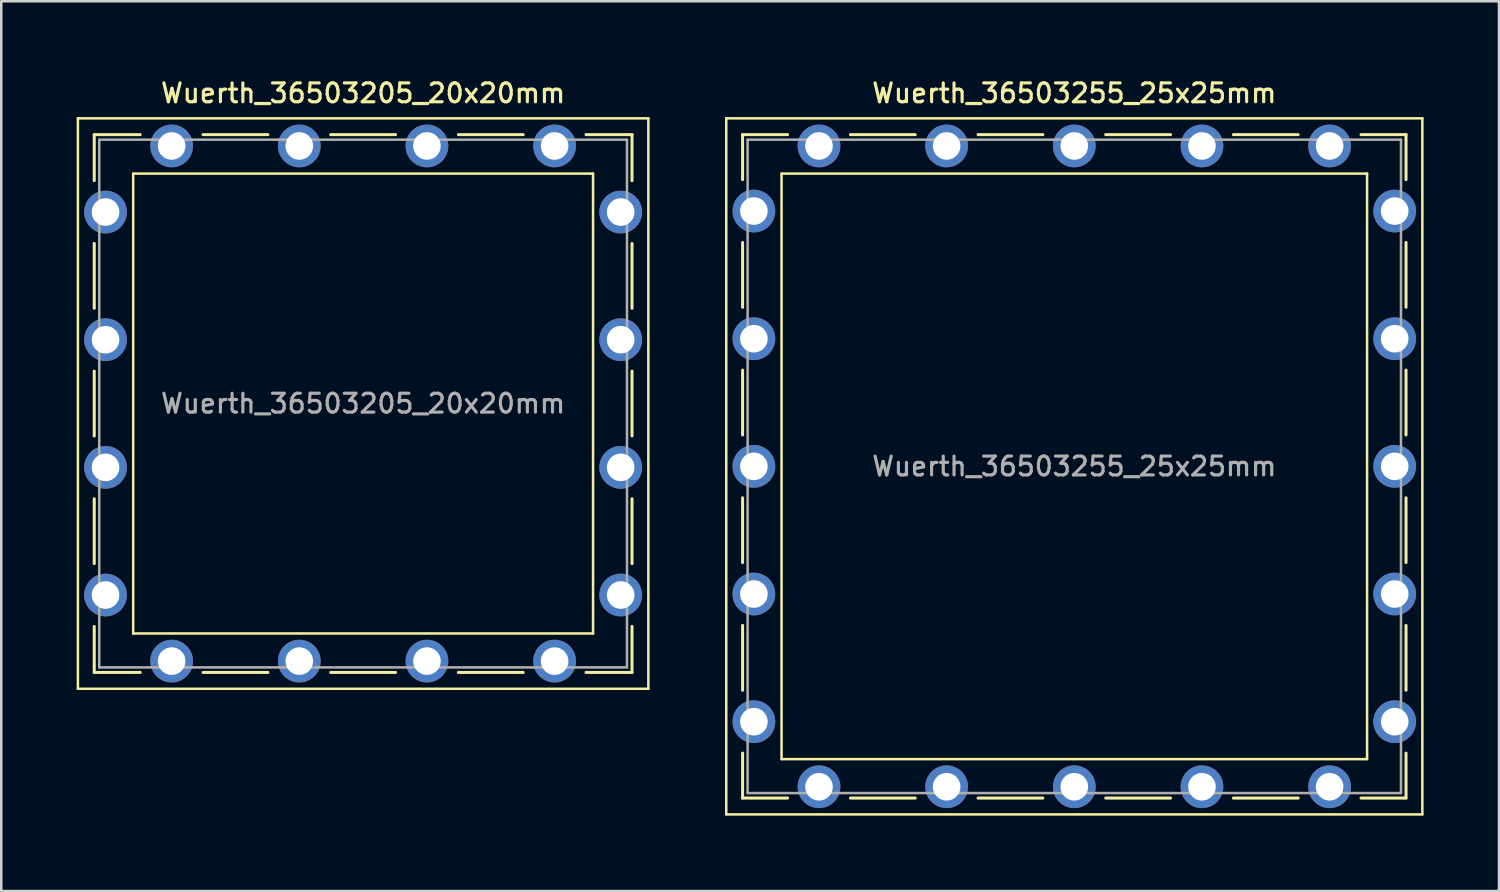
<source format=kicad_pcb>
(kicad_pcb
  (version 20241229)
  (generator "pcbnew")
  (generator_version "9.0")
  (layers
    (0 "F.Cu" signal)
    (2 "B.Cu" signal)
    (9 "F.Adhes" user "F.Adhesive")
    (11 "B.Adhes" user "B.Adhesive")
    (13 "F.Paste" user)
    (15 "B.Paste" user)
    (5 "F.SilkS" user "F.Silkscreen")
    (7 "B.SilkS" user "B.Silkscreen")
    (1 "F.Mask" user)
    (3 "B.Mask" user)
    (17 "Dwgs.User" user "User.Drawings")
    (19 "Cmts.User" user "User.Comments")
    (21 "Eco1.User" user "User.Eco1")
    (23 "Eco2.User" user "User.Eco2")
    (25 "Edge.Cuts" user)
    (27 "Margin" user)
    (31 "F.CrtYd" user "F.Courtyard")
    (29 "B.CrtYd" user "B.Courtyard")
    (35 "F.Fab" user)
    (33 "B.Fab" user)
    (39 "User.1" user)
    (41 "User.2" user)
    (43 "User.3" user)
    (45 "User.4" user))
  (footprint "Wuerth_36503255_25x25mm"
    (layer "F.Cu")
    (at 39.7 15.508)
    (property "Reference" "Wuerth_36503255_25x25mm" (at 0 -14.85 0) (layer "F.SilkS") (effects (font (size 0.75 0.75) (thickness 0.125))))
    (attr through_hole)
    (fp_line (start -13.85 -13.85) (end -13.85 13.85) (stroke (width 0.1) (type solid)) (layer "F.SilkS"))
    (fp_line (start -13.85 13.85) (end 13.85 13.85) (stroke (width 0.1) (type solid)) (layer "F.SilkS"))
    (fp_line (start -13.2 -13.2) (end -11.41 -13.2) (stroke (width 0.12) (type solid)) (layer "F.SilkS"))
    (fp_line (start -13.2 -11.41) (end -13.2 -13.2) (stroke (width 0.12) (type solid)) (layer "F.SilkS"))
    (fp_line (start -13.2 -6.33) (end -13.2 -8.91) (stroke (width 0.12) (type solid)) (layer "F.SilkS"))
    (fp_line (start -13.2 -1.25) (end -13.2 -3.83) (stroke (width 0.12) (type solid)) (layer "F.SilkS"))
    (fp_line (start -13.2 1.25) (end -13.2 3.83) (stroke (width 0.12) (type solid)) (layer "F.SilkS"))
    (fp_line (start -13.2 6.33) (end -13.2 8.91) (stroke (width 0.12) (type solid)) (layer "F.SilkS"))
    (fp_line (start -13.2 11.41) (end -13.2 13.2) (stroke (width 0.12) (type solid)) (layer "F.SilkS"))
    (fp_line (start -13.2 13.2) (end -11.41 13.2) (stroke (width 0.12) (type solid)) (layer "F.SilkS"))
    (fp_line (start -11.65 -11.65) (end -11.65 11.65) (stroke (width 0.1) (type solid)) (layer "F.SilkS"))
    (fp_line (start -11.65 11.65) (end 11.65 11.65) (stroke (width 0.1) (type solid)) (layer "F.SilkS"))
    (fp_line (start -6.33 -13.2) (end -8.91 -13.2) (stroke (width 0.12) (type solid)) (layer "F.SilkS"))
    (fp_line (start -6.33 13.2) (end -8.91 13.2) (stroke (width 0.12) (type solid)) (layer "F.SilkS"))
    (fp_line (start -1.25 -13.2) (end -3.83 -13.2) (stroke (width 0.12) (type solid)) (layer "F.SilkS"))
    (fp_line (start -1.25 13.2) (end -3.83 13.2) (stroke (width 0.12) (type solid)) (layer "F.SilkS"))
    (fp_line (start 1.25 -13.2) (end 3.83 -13.2) (stroke (width 0.12) (type solid)) (layer "F.SilkS"))
    (fp_line (start 1.25 13.2) (end 3.83 13.2) (stroke (width 0.12) (type solid)) (layer "F.SilkS"))
    (fp_line (start 6.33 -13.2) (end 8.91 -13.2) (stroke (width 0.12) (type solid)) (layer "F.SilkS"))
    (fp_line (start 6.33 13.2) (end 8.91 13.2) (stroke (width 0.12) (type solid)) (layer "F.SilkS"))
    (fp_line (start 11.65 -11.65) (end -11.65 -11.65) (stroke (width 0.1) (type solid)) (layer "F.SilkS"))
    (fp_line (start 11.65 11.65) (end 11.65 -11.65) (stroke (width 0.1) (type solid)) (layer "F.SilkS"))
    (fp_line (start 13.2 -13.2) (end 11.41 -13.2) (stroke (width 0.12) (type solid)) (layer "F.SilkS"))
    (fp_line (start 13.2 -11.41) (end 13.2 -13.2) (stroke (width 0.12) (type solid)) (layer "F.SilkS"))
    (fp_line (start 13.2 -6.33) (end 13.2 -8.91) (stroke (width 0.12) (type solid)) (layer "F.SilkS"))
    (fp_line (start 13.2 -1.25) (end 13.2 -3.83) (stroke (width 0.12) (type solid)) (layer "F.SilkS"))
    (fp_line (start 13.2 1.25) (end 13.2 3.83) (stroke (width 0.12) (type solid)) (layer "F.SilkS"))
    (fp_line (start 13.2 6.33) (end 13.2 8.91) (stroke (width 0.12) (type solid)) (layer "F.SilkS"))
    (fp_line (start 13.2 11.41) (end 13.2 13.2) (stroke (width 0.12) (type solid)) (layer "F.SilkS"))
    (fp_line (start 13.2 13.2) (end 11.41 13.2) (stroke (width 0.12) (type solid)) (layer "F.SilkS"))
    (fp_line (start 13.85 -13.85) (end -13.85 -13.85) (stroke (width 0.1) (type solid)) (layer "F.SilkS"))
    (fp_line (start 13.85 13.85) (end 13.85 -13.85) (stroke (width 0.1) (type solid)) (layer "F.SilkS"))
    (fp_line (start -13 -13) (end -13 13) (stroke (width 0.1) (type solid)) (layer "F.Fab"))
    (fp_line (start -13 13) (end 13 13) (stroke (width 0.1) (type solid)) (layer "F.Fab"))
    (fp_line (start 13 -13) (end -13 -13) (stroke (width 0.1) (type solid)) (layer "F.Fab"))
    (fp_line (start 13 13) (end 13 -13) (stroke (width 0.1) (type solid)) (layer "F.Fab"))
    (fp_text user "${REFERENCE}" (at 0 0 0) (layer "F.Fab") (effects (font (size 0.75 0.75) (thickness 0.125))))
    (pad "1" thru_hole circle (at -12.75 -10.16) (size 1.7 1.7) (drill 1.1) (layers "*.Cu" "*.Mask"))
    (pad "1" thru_hole circle (at -12.75 -5.08) (size 1.7 1.7) (drill 1.1) (layers "*.Cu" "*.Mask"))
    (pad "1" thru_hole circle (at -12.75 0) (size 1.7 1.7) (drill 1.1) (layers "*.Cu" "*.Mask"))
    (pad "1" thru_hole circle (at -12.75 5.08) (size 1.7 1.7) (drill 1.1) (layers "*.Cu" "*.Mask"))
    (pad "1" thru_hole circle (at -12.75 10.16) (size 1.7 1.7) (drill 1.1) (layers "*.Cu" "*.Mask"))
    (pad "1" thru_hole circle (at -10.16 -12.75) (size 1.7 1.7) (drill 1.1) (layers "*.Cu" "*.Mask"))
    (pad "1" thru_hole circle (at -10.16 12.75) (size 1.7 1.7) (drill 1.1) (layers "*.Cu" "*.Mask"))
    (pad "1" thru_hole circle (at -5.08 -12.75) (size 1.7 1.7) (drill 1.1) (layers "*.Cu" "*.Mask"))
    (pad "1" thru_hole circle (at -5.08 12.75) (size 1.7 1.7) (drill 1.1) (layers "*.Cu" "*.Mask"))
    (pad "1" thru_hole circle (at 0 -12.75) (size 1.7 1.7) (drill 1.1) (layers "*.Cu" "*.Mask"))
    (pad "1" thru_hole circle (at 0 12.75) (size 1.7 1.7) (drill 1.1) (layers "*.Cu" "*.Mask"))
    (pad "1" thru_hole circle (at 5.08 -12.75) (size 1.7 1.7) (drill 1.1) (layers "*.Cu" "*.Mask"))
    (pad "1" thru_hole circle (at 5.08 12.75) (size 1.7 1.7) (drill 1.1) (layers "*.Cu" "*.Mask"))
    (pad "1" thru_hole circle (at 10.16 -12.75) (size 1.7 1.7) (drill 1.1) (layers "*.Cu" "*.Mask"))
    (pad "1" thru_hole circle (at 10.16 12.75) (size 1.7 1.7) (drill 1.1) (layers "*.Cu" "*.Mask"))
    (pad "1" thru_hole circle (at 12.75 -10.16) (size 1.7 1.7) (drill 1.1) (layers "*.Cu" "*.Mask"))
    (pad "1" thru_hole circle (at 12.75 -5.08) (size 1.7 1.7) (drill 1.1) (layers "*.Cu" "*.Mask"))
    (pad "1" thru_hole circle (at 12.75 0) (size 1.7 1.7) (drill 1.1) (layers "*.Cu" "*.Mask"))
    (pad "1" thru_hole circle (at 12.75 5.08) (size 1.7 1.7) (drill 1.1) (layers "*.Cu" "*.Mask"))
    (pad "1" thru_hole circle (at 12.75 10.16) (size 1.7 1.7) (drill 1.1) (layers "*.Cu" "*.Mask")))
  (footprint "Wuerth_36503205_20x20mm"
    (layer "F.Cu")
    (at 11.4 13.008)
    (property "Reference" "Wuerth_36503205_20x20mm" (at 0 -12.35 0) (layer "F.SilkS") (effects (font (size 0.75 0.75) (thickness 0.125))))
    (attr through_hole)
    (fp_line (start -11.35 -11.35) (end -11.35 11.35) (stroke (width 0.1) (type solid)) (layer "F.SilkS"))
    (fp_line (start -11.35 11.35) (end 11.35 11.35) (stroke (width 0.1) (type solid)) (layer "F.SilkS"))
    (fp_line (start -10.7 -10.7) (end -8.87 -10.7) (stroke (width 0.12) (type solid)) (layer "F.SilkS"))
    (fp_line (start -10.7 -8.87) (end -10.7 -10.7) (stroke (width 0.12) (type solid)) (layer "F.SilkS"))
    (fp_line (start -10.7 -3.79) (end -10.7 -6.37) (stroke (width 0.12) (type solid)) (layer "F.SilkS"))
    (fp_line (start -10.7 -1.29) (end -10.7 1.29) (stroke (width 0.12) (type solid)) (layer "F.SilkS"))
    (fp_line (start -10.7 3.79) (end -10.7 6.37) (stroke (width 0.12) (type solid)) (layer "F.SilkS"))
    (fp_line (start -10.7 8.87) (end -10.7 10.7) (stroke (width 0.12) (type solid)) (layer "F.SilkS"))
    (fp_line (start -10.7 10.7) (end -8.87 10.7) (stroke (width 0.12) (type solid)) (layer "F.SilkS"))
    (fp_line (start -9.15 -9.15) (end -9.15 9.15) (stroke (width 0.1) (type solid)) (layer "F.SilkS"))
    (fp_line (start -9.15 9.15) (end 9.15 9.15) (stroke (width 0.1) (type solid)) (layer "F.SilkS"))
    (fp_line (start -3.79 -10.7) (end -6.37 -10.7) (stroke (width 0.12) (type solid)) (layer "F.SilkS"))
    (fp_line (start -3.79 10.7) (end -6.37 10.7) (stroke (width 0.12) (type solid)) (layer "F.SilkS"))
    (fp_line (start 1.29 -10.7) (end -1.29 -10.7) (stroke (width 0.12) (type solid)) (layer "F.SilkS"))
    (fp_line (start 1.29 10.7) (end -1.29 10.7) (stroke (width 0.12) (type solid)) (layer "F.SilkS"))
    (fp_line (start 3.79 -10.7) (end 6.37 -10.7) (stroke (width 0.12) (type solid)) (layer "F.SilkS"))
    (fp_line (start 3.79 10.7) (end 6.37 10.7) (stroke (width 0.12) (type solid)) (layer "F.SilkS"))
    (fp_line (start 9.15 -9.15) (end -9.15 -9.15) (stroke (width 0.1) (type solid)) (layer "F.SilkS"))
    (fp_line (start 9.15 9.15) (end 9.15 -9.15) (stroke (width 0.1) (type solid)) (layer "F.SilkS"))
    (fp_line (start 10.7 -10.7) (end 8.87 -10.7) (stroke (width 0.12) (type solid)) (layer "F.SilkS"))
    (fp_line (start 10.7 -8.87) (end 10.7 -10.7) (stroke (width 0.12) (type solid)) (layer "F.SilkS"))
    (fp_line (start 10.7 -3.79) (end 10.7 -6.37) (stroke (width 0.12) (type solid)) (layer "F.SilkS"))
    (fp_line (start 10.7 1.29) (end 10.7 -1.29) (stroke (width 0.12) (type solid)) (layer "F.SilkS"))
    (fp_line (start 10.7 3.79) (end 10.7 6.37) (stroke (width 0.12) (type solid)) (layer "F.SilkS"))
    (fp_line (start 10.7 8.87) (end 10.7 10.7) (stroke (width 0.12) (type solid)) (layer "F.SilkS"))
    (fp_line (start 10.7 10.7) (end 8.87 10.7) (stroke (width 0.12) (type solid)) (layer "F.SilkS"))
    (fp_line (start 11.35 -11.35) (end -11.35 -11.35) (stroke (width 0.1) (type solid)) (layer "F.SilkS"))
    (fp_line (start 11.35 11.35) (end 11.35 -11.35) (stroke (width 0.1) (type solid)) (layer "F.SilkS"))
    (fp_line (start -10.5 -10.5) (end -10.5 10.5) (stroke (width 0.1) (type solid)) (layer "F.Fab"))
    (fp_line (start -10.5 10.5) (end 10.5 10.5) (stroke (width 0.1) (type solid)) (layer "F.Fab"))
    (fp_line (start 10.5 -10.5) (end -10.5 -10.5) (stroke (width 0.1) (type solid)) (layer "F.Fab"))
    (fp_line (start 10.5 10.5) (end 10.5 -10.5) (stroke (width 0.1) (type solid)) (layer "F.Fab"))
    (fp_text user "${REFERENCE}" (at 0 0 0) (layer "F.Fab") (effects (font (size 0.75 0.75) (thickness 0.125))))
    (pad "1" thru_hole circle (at -10.25 -7.62) (size 1.7 1.7) (drill 1.1) (layers "*.Cu" "*.Mask"))
    (pad "1" thru_hole circle (at -10.25 -2.54) (size 1.7 1.7) (drill 1.1) (layers "*.Cu" "*.Mask"))
    (pad "1" thru_hole circle (at -10.25 2.54) (size 1.7 1.7) (drill 1.1) (layers "*.Cu" "*.Mask"))
    (pad "1" thru_hole circle (at -10.25 7.62) (size 1.7 1.7) (drill 1.1) (layers "*.Cu" "*.Mask"))
    (pad "1" thru_hole circle (at -7.62 -10.25) (size 1.7 1.7) (drill 1.1) (layers "*.Cu" "*.Mask"))
    (pad "1" thru_hole circle (at -7.62 10.25) (size 1.7 1.7) (drill 1.1) (layers "*.Cu" "*.Mask"))
    (pad "1" thru_hole circle (at -2.54 -10.25) (size 1.7 1.7) (drill 1.1) (layers "*.Cu" "*.Mask"))
    (pad "1" thru_hole circle (at -2.54 10.25) (size 1.7 1.7) (drill 1.1) (layers "*.Cu" "*.Mask"))
    (pad "1" thru_hole circle (at 2.54 -10.25) (size 1.7 1.7) (drill 1.1) (layers "*.Cu" "*.Mask"))
    (pad "1" thru_hole circle (at 2.54 10.25) (size 1.7 1.7) (drill 1.1) (layers "*.Cu" "*.Mask"))
    (pad "1" thru_hole circle (at 7.62 -10.25) (size 1.7 1.7) (drill 1.1) (layers "*.Cu" "*.Mask"))
    (pad "1" thru_hole circle (at 7.62 10.25) (size 1.7 1.7) (drill 1.1) (layers "*.Cu" "*.Mask"))
    (pad "1" thru_hole circle (at 10.25 -7.62) (size 1.7 1.7) (drill 1.1) (layers "*.Cu" "*.Mask"))
    (pad "1" thru_hole circle (at 10.25 -2.54) (size 1.7 1.7) (drill 1.1) (layers "*.Cu" "*.Mask"))
    (pad "1" thru_hole circle (at 10.25 2.54) (size 1.7 1.7) (drill 1.1) (layers "*.Cu" "*.Mask"))
    (pad "1" thru_hole circle (at 10.25 7.62) (size 1.7 1.7) (drill 1.1) (layers "*.Cu" "*.Mask")))
  (gr_rect
    (start -3 -3)
    (end 56.6 32.408)
    (stroke (width 0.1) (type default))
    (fill no)
    (layer "Edge.Cuts")))
</source>
